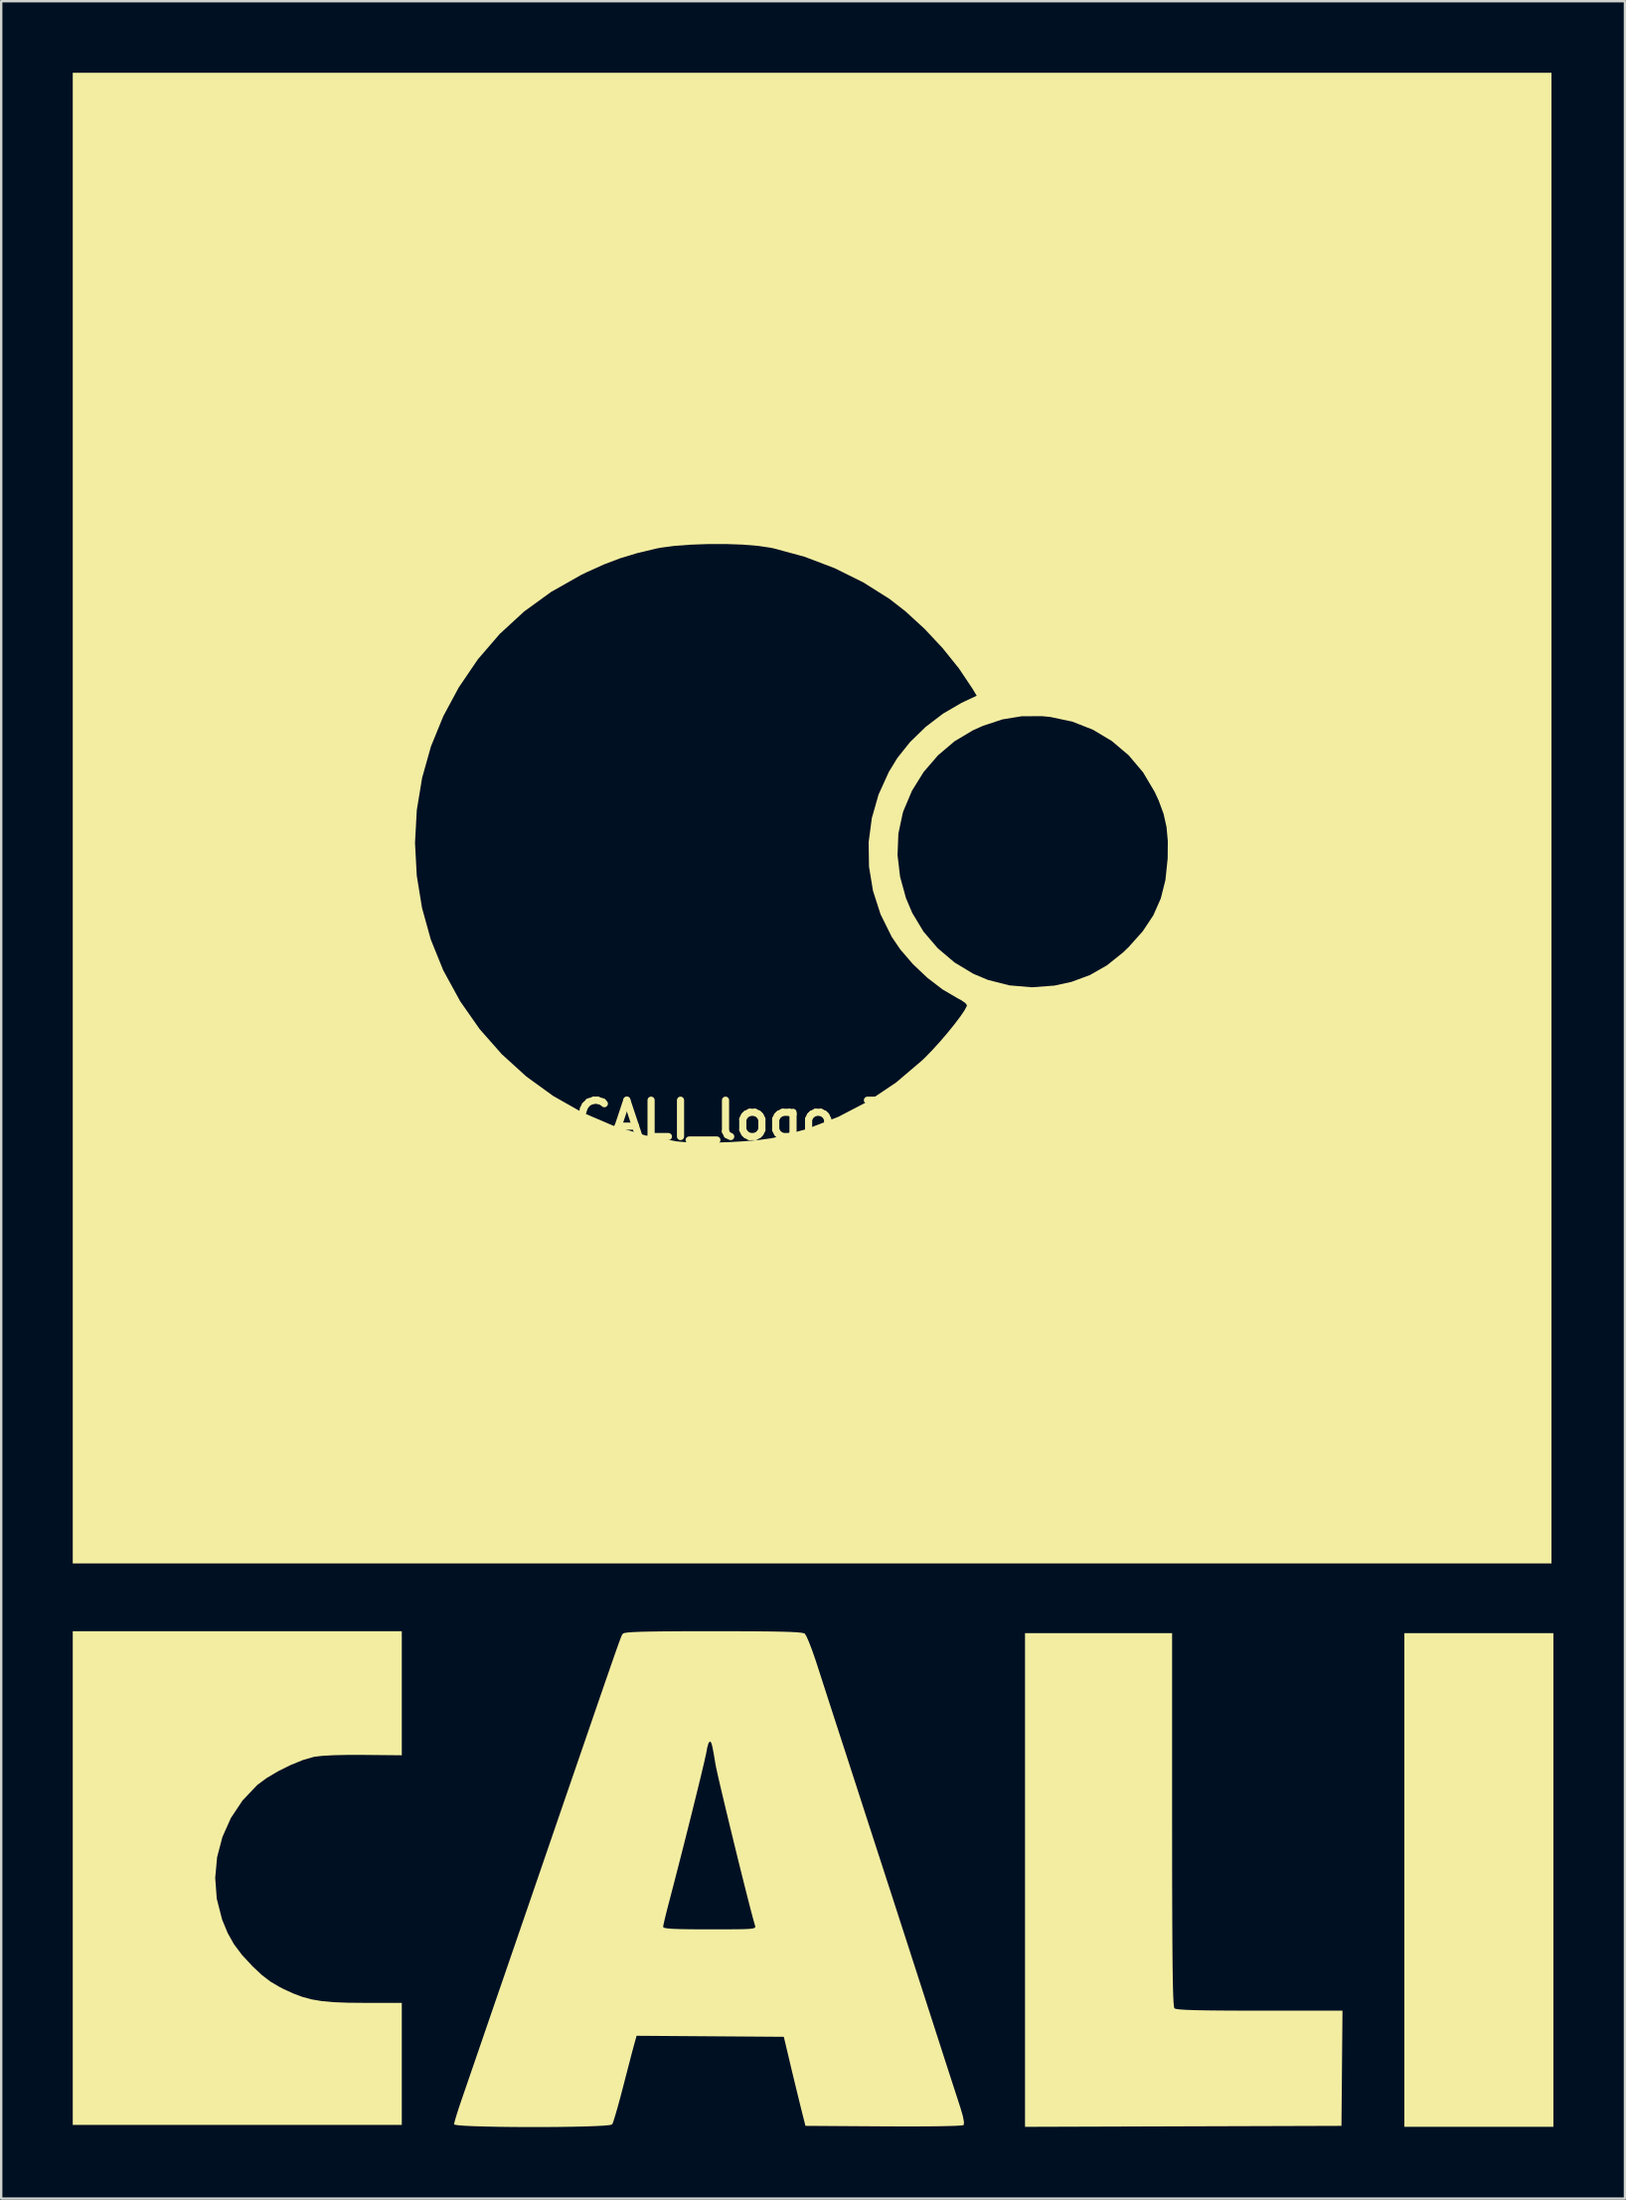
<source format=kicad_pcb>
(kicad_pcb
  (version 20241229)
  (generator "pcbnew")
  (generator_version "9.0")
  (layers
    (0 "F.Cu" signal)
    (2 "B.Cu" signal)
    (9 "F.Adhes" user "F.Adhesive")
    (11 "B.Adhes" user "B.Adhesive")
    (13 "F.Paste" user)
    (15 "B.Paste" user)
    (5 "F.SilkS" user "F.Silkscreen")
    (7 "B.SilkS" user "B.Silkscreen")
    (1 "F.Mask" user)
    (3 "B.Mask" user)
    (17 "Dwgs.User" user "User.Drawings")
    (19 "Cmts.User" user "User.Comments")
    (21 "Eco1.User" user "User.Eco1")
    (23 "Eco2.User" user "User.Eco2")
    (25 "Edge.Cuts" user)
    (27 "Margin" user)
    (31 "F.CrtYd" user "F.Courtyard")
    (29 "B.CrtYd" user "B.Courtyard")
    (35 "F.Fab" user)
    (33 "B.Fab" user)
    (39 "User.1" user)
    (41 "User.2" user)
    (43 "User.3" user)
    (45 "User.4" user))
  (footprint "CALI_logo_7pt5cm"
    (layer "F.Cu")
    (at 31.324 43.902)
    (property "Reference" "CALI_logo_7pt5cm" (at 0 0 0) (layer "F.SilkS") (effects (font (size 1.524 1.524) (thickness 0.3))))
    (attr board_only exclude_from_pos_files exclude_from_bom)
    (fp_poly (pts (xy 30.756 42.198) (xy 24.507 42.198) (xy 24.507 21.505) (xy 30.756 21.505)) (stroke (width 0) (type solid)) (fill yes) (layer "F.SilkS"))
    (fp_poly (pts (xy 14.769 29.32) (xy 14.77 30.694) (xy 14.771 31.914) (xy 14.774 32.986) (xy 14.778 33.918) (xy 14.783 34.717) (xy 14.789 35.391) (xy 14.797 35.948) (xy 14.806 36.394) (xy 14.817 36.737) (xy 14.83 36.984) (xy 14.845 37.144) (xy 14.861 37.222) (xy 14.867 37.232) (xy 14.936 37.257) (xy 15.096 37.278) (xy 15.356 37.295) (xy 15.728 37.308) (xy 16.221 37.318) (xy 16.847 37.324) (xy 17.614 37.328) (xy 18.439 37.329) (xy 21.913 37.329) (xy 21.891 39.743) (xy 21.87 42.158) (xy 15.236 42.178) (xy 8.602 42.199) (xy 8.602 21.505) (xy 14.769 21.505)) (stroke (width 0) (type solid)) (fill yes) (layer "F.SilkS"))
    (fp_poly (pts (xy -17.528 26.624) (xy -19.131 26.609) (xy -19.814 26.609) (xy -20.396 26.622) (xy -20.858 26.648) (xy -21.182 26.685) (xy -21.221 26.693) (xy -21.671 26.823) (xy -22.188 27.033) (xy -22.715 27.295) (xy -23.197 27.58) (xy -23.579 27.863) (xy -23.595 27.877) (xy -24.206 28.521) (xy -24.693 29.253) (xy -25.049 30.051) (xy -25.271 30.895) (xy -25.351 31.762) (xy -25.286 32.633) (xy -25.068 33.486) (xy -25.053 33.531) (xy -24.828 34.075) (xy -24.565 34.544) (xy -24.231 34.989) (xy -23.792 35.462) (xy -23.784 35.47) (xy -23.397 35.834) (xy -23.037 36.109) (xy -22.642 36.342) (xy -22.479 36.425) (xy -22.076 36.61) (xy -21.695 36.752) (xy -21.306 36.857) (xy -20.877 36.929) (xy -20.376 36.974) (xy -19.774 36.997) (xy -19.091 37.003) (xy -17.528 37.004) (xy -17.528 42.117) (xy -31.324 42.117) (xy -31.324 21.424) (xy -17.528 21.424)) (stroke (width 0) (type solid)) (fill yes) (layer "F.SilkS"))
    (fp_poly (pts (xy 30.675 18.583) (xy -31.324 18.583) (xy -31.324 -11.62) (xy -16.974 -11.62) (xy -16.9 -10.248) (xy -16.679 -8.892) (xy -16.311 -7.567) (xy -15.794 -6.29) (xy -15.774 -6.25) (xy -15.081 -4.984) (xy -14.267 -3.82) (xy -13.339 -2.766) (xy -12.307 -1.828) (xy -11.179 -1.011) (xy -9.966 -0.323) (xy -8.674 0.23) (xy -7.314 0.642) (xy -6.005 0.891) (xy -5.582 0.928) (xy -5.041 0.945) (xy -4.425 0.942) (xy -3.778 0.921) (xy -3.143 0.884) (xy -2.564 0.833) (xy -2.082 0.768) (xy -1.939 0.742) (xy -0.555 0.376) (xy 0.771 -0.137) (xy 2.028 -0.791) (xy 3.202 -1.581) (xy 4.283 -2.5) (xy 4.425 -2.637) (xy 4.732 -2.954) (xy 5.052 -3.307) (xy 5.365 -3.673) (xy 5.651 -4.027) (xy 5.892 -4.346) (xy 6.068 -4.605) (xy 6.159 -4.779) (xy 6.167 -4.819) (xy 6.1 -4.907) (xy 5.928 -5.027) (xy 5.782 -5.104) (xy 5.147 -5.476) (xy 4.506 -5.967) (xy 3.902 -6.539) (xy 3.372 -7.155) (xy 3.013 -7.683) (xy 2.545 -8.627) (xy 2.228 -9.612) (xy 2.061 -10.623) (xy 2.053 -11.113) (xy 3.257 -11.113) (xy 3.364 -10.202) (xy 3.612 -9.303) (xy 3.875 -8.683) (xy 4.346 -7.902) (xy 4.945 -7.203) (xy 5.648 -6.608) (xy 6.435 -6.134) (xy 7.043 -5.878) (xy 7.948 -5.648) (xy 8.888 -5.568) (xy 9.837 -5.639) (xy 10.551 -5.795) (xy 11.324 -6.081) (xy 12.033 -6.485) (xy 12.709 -7.025) (xy 12.949 -7.256) (xy 13.538 -7.916) (xy 13.981 -8.584) (xy 14.294 -9.29) (xy 14.489 -10.068) (xy 14.581 -10.948) (xy 14.583 -10.996) (xy 14.589 -11.692) (xy 14.535 -12.288) (xy 14.411 -12.837) (xy 14.206 -13.394) (xy 14.04 -13.755) (xy 13.553 -14.576) (xy 12.949 -15.291) (xy 12.243 -15.89) (xy 11.449 -16.365) (xy 10.583 -16.704) (xy 9.657 -16.9) (xy 9.309 -16.933) (xy 8.464 -16.929) (xy 7.654 -16.797) (xy 6.84 -16.528) (xy 6.415 -16.338) (xy 5.647 -15.879) (xy 4.954 -15.291) (xy 4.353 -14.594) (xy 3.865 -13.81) (xy 3.506 -12.963) (xy 3.476 -12.869) (xy 3.293 -12.011) (xy 3.257 -11.113) (xy 2.053 -11.113) (xy 2.045 -11.643) (xy 2.178 -12.655) (xy 2.461 -13.645) (xy 2.892 -14.595) (xy 3.247 -15.176) (xy 3.783 -15.849) (xy 4.437 -16.483) (xy 5.169 -17.041) (xy 5.934 -17.487) (xy 6.036 -17.536) (xy 6.576 -17.789) (xy 6.399 -18.085) (xy 5.831 -18.933) (xy 5.146 -19.785) (xy 4.383 -20.599) (xy 3.583 -21.332) (xy 2.919 -21.848) (xy 1.819 -22.541) (xy 0.618 -23.136) (xy -0.645 -23.616) (xy -1.929 -23.964) (xy -2.072 -23.994) (xy -2.594 -24.071) (xy -3.232 -24.123) (xy -3.944 -24.148) (xy -4.686 -24.147) (xy -5.416 -24.121) (xy -6.091 -24.071) (xy -6.666 -23.995) (xy -6.862 -23.957) (xy -7.657 -23.767) (xy -8.364 -23.553) (xy -9.05 -23.293) (xy -9.78 -22.963) (xy -10.022 -22.845) (xy -11.265 -22.142) (xy -12.399 -21.32) (xy -13.422 -20.378) (xy -14.336 -19.317) (xy -15.139 -18.137) (xy -15.786 -16.935) (xy -16.305 -15.665) (xy -16.676 -14.345) (xy -16.899 -12.991) (xy -16.974 -11.62) (xy -31.324 -11.62) (xy -31.324 -43.902) (xy 30.675 -43.902)) (stroke (width 0) (type solid)) (fill yes) (layer "F.SilkS"))
    (fp_poly (pts (xy -3.543 21.425) (xy -2.769 21.428) (xy -2.134 21.434) (xy -1.627 21.443) (xy -1.237 21.454) (xy -0.953 21.47) (xy -0.764 21.489) (xy -0.658 21.512) (xy -0.632 21.525) (xy -0.563 21.635) (xy -0.459 21.871) (xy -0.331 22.202) (xy -0.192 22.599) (xy -0.125 22.803) (xy 0.028 23.276) (xy 0.213 23.85) (xy 0.415 24.474) (xy 0.617 25.097) (xy 0.768 25.562) (xy 0.962 26.158) (xy 1.174 26.811) (xy 1.385 27.464) (xy 1.579 28.062) (xy 1.702 28.443) (xy 1.869 28.961) (xy 2.069 29.577) (xy 2.282 30.235) (xy 2.491 30.879) (xy 2.636 31.324) (xy 2.799 31.828) (xy 3 32.447) (xy 3.226 33.145) (xy 3.464 33.881) (xy 3.703 34.619) (xy 3.928 35.319) (xy 3.936 35.341) (xy 4.159 36.033) (xy 4.393 36.758) (xy 4.626 37.48) (xy 4.846 38.161) (xy 5.041 38.764) (xy 5.198 39.252) (xy 5.206 39.277) (xy 5.374 39.795) (xy 5.541 40.31) (xy 5.694 40.781) (xy 5.82 41.17) (xy 5.899 41.414) (xy 5.998 41.757) (xy 6.043 42.002) (xy 6.031 42.123) (xy 6.029 42.125) (xy 5.932 42.142) (xy 5.686 42.157) (xy 5.305 42.168) (xy 4.802 42.177) (xy 4.192 42.181) (xy 3.489 42.182) (xy 2.705 42.179) (xy 2.675 42.179) (xy -0.605 42.158) (xy -0.788 41.427) (xy -0.878 41.062) (xy -0.992 40.597) (xy -1.115 40.09) (xy -1.233 39.598) (xy -1.241 39.561) (xy -1.511 38.425) (xy -7.683 38.382) (xy -7.769 38.687) (xy -7.817 38.862) (xy -7.897 39.163) (xy -8 39.56) (xy -8.12 40.02) (xy -8.242 40.494) (xy -8.367 40.969) (xy -8.483 41.393) (xy -8.584 41.74) (xy -8.66 41.983) (xy -8.705 42.095) (xy -8.706 42.097) (xy -8.805 42.124) (xy -9.042 42.148) (xy -9.398 42.167) (xy -9.85 42.183) (xy -10.379 42.195) (xy -10.964 42.203) (xy -11.584 42.208) (xy -12.218 42.208) (xy -12.845 42.205) (xy -13.446 42.198) (xy -13.998 42.187) (xy -14.482 42.173) (xy -14.877 42.155) (xy -15.162 42.133) (xy -15.316 42.107) (xy -15.337 42.092) (xy -15.312 41.975) (xy -15.244 41.742) (xy -15.145 41.431) (xy -15.061 41.179) (xy -14.875 40.638) (xy -14.649 39.98) (xy -14.396 39.245) (xy -14.13 38.471) (xy -13.863 37.694) (xy -13.608 36.953) (xy -13.402 36.355) (xy -13.27 35.973) (xy -13.097 35.468) (xy -12.892 34.873) (xy -12.667 34.219) (xy -12.53 33.819) (xy -6.572 33.819) (xy -6.536 33.853) (xy -6.417 33.878) (xy -6.201 33.897) (xy -5.871 33.91) (xy -5.414 33.918) (xy -4.814 33.921) (xy -4.62 33.921) (xy -4.009 33.92) (xy -3.541 33.918) (xy -3.198 33.913) (xy -2.962 33.902) (xy -2.814 33.885) (xy -2.736 33.859) (xy -2.708 33.824) (xy -2.713 33.777) (xy -2.719 33.757) (xy -2.78 33.546) (xy -2.872 33.202) (xy -2.989 32.749) (xy -3.127 32.207) (xy -3.279 31.601) (xy -3.44 30.953) (xy -3.604 30.285) (xy -3.766 29.62) (xy -3.92 28.98) (xy -4.061 28.39) (xy -4.184 27.87) (xy -4.282 27.443) (xy -4.35 27.133) (xy -4.379 26.982) (xy -4.446 26.582) (xy -4.496 26.315) (xy -4.534 26.155) (xy -4.568 26.076) (xy -4.604 26.05) (xy -4.618 26.049) (xy -4.67 26.122) (xy -4.722 26.306) (xy -4.745 26.435) (xy -4.779 26.603) (xy -4.848 26.91) (xy -4.949 27.336) (xy -5.076 27.86) (xy -5.225 28.466) (xy -5.39 29.132) (xy -5.568 29.84) (xy -5.753 30.571) (xy -5.941 31.305) (xy -6.126 32.024) (xy -6.304 32.707) (xy -6.325 32.785) (xy -6.421 33.158) (xy -6.5 33.479) (xy -6.553 33.712) (xy -6.572 33.819) (xy -12.53 33.819) (xy -12.433 33.538) (xy -12.2 32.862) (xy -12.146 32.704) (xy -11.623 31.181) (xy -11.15 29.804) (xy -10.725 28.566) (xy -10.344 27.46) (xy -10.006 26.477) (xy -9.708 25.61) (xy -9.448 24.853) (xy -9.222 24.197) (xy -9.028 23.635) (xy -8.863 23.16) (xy -8.726 22.765) (xy -8.613 22.441) (xy -8.522 22.182) (xy -8.45 21.98) (xy -8.394 21.827) (xy -8.353 21.717) (xy -8.323 21.642) (xy -8.302 21.594) (xy -8.288 21.566) (xy -8.277 21.55) (xy -8.267 21.54) (xy -8.256 21.528) (xy -8.254 21.525) (xy -8.199 21.5) (xy -8.069 21.479) (xy -7.852 21.462) (xy -7.537 21.448) (xy -7.113 21.438) (xy -6.568 21.431) (xy -5.89 21.426) (xy -5.069 21.424) (xy -4.469 21.424)) (stroke (width 0) (type solid)) (fill yes) (layer "F.SilkS")))
  (gr_rect
    (start -3 -3)
    (end 65.08 89.11)
    (stroke (width 0.1) (type default))
    (fill no)
    (layer "Edge.Cuts")))
</source>
